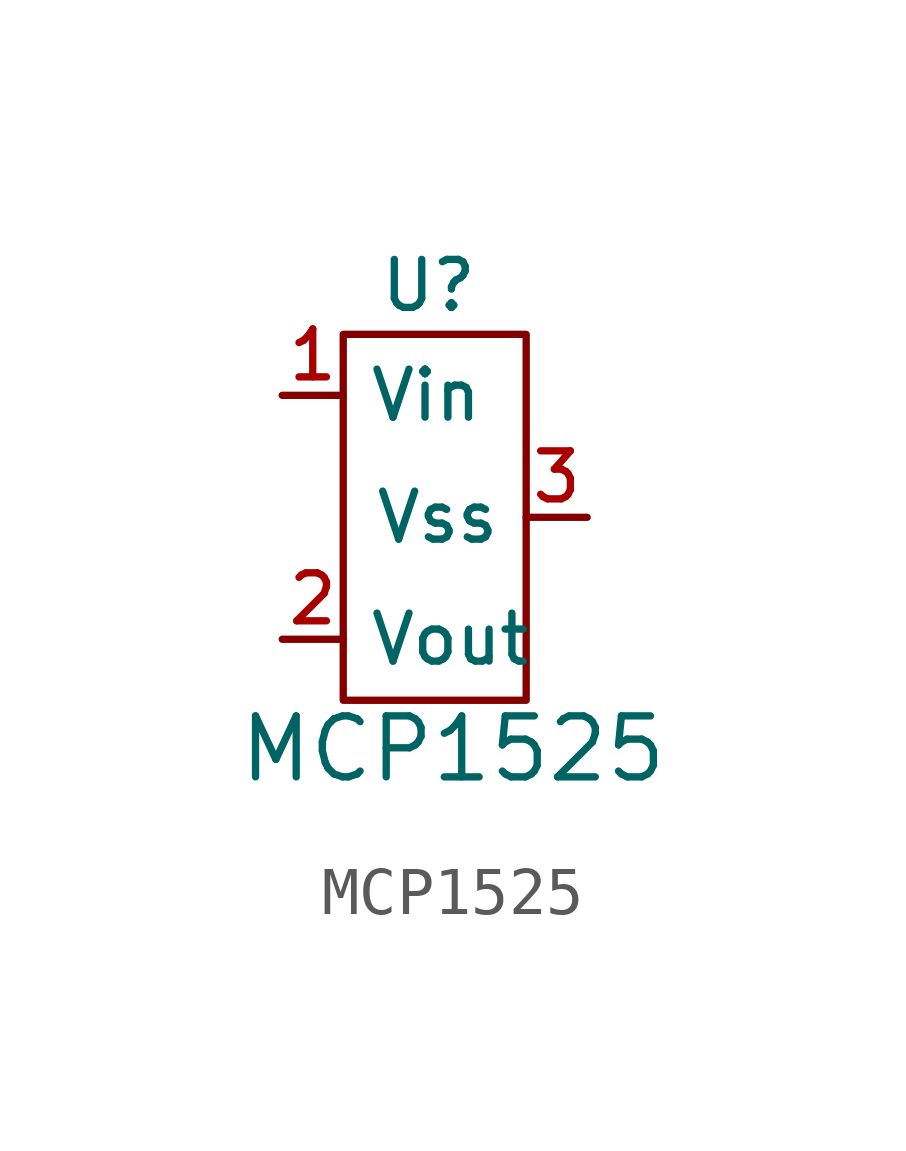
<source format=kicad_sym>
(kicad_symbol_lib
  (version 20231120)
  (generator "kicad_symbol_editor")
  (generator_version "8.0")
  (symbol "MCP1525"
    (property "Reference" "U"
      (at -0.762 4.826 0)
      (effects (font (size 1 1))))
    (property "Value" "MCP1525"
      (at -0.254 -4.826 0)
      (effects (font (size 1.27 1.27))))
    (symbol "MCP1525_0_1"
      (rectangle (start -2.54 3.81) (end 1.27 -3.81) (stroke (width 0) (type default)) (fill (type none))))
    (symbol "MCP1525_1_1"
      (pin power_in line (at -3.81 2.54 0) (length 1.27) (name "Vin" (effects (font (size 1 1)))) (number "1" (effects (font (size 1 1)))))
      (pin power_out line (at -3.81 -2.54 0) (length 1.27) (name "Vout" (effects (font (size 1 1)))) (number "2" (effects (font (size 1 1)))))
      (pin power_in line (at 2.54 0 180) (length 1.27) (name "Vss" (effects (font (size 1 1)))) (number "3" (effects (font (size 1 1))))))))
</source>
